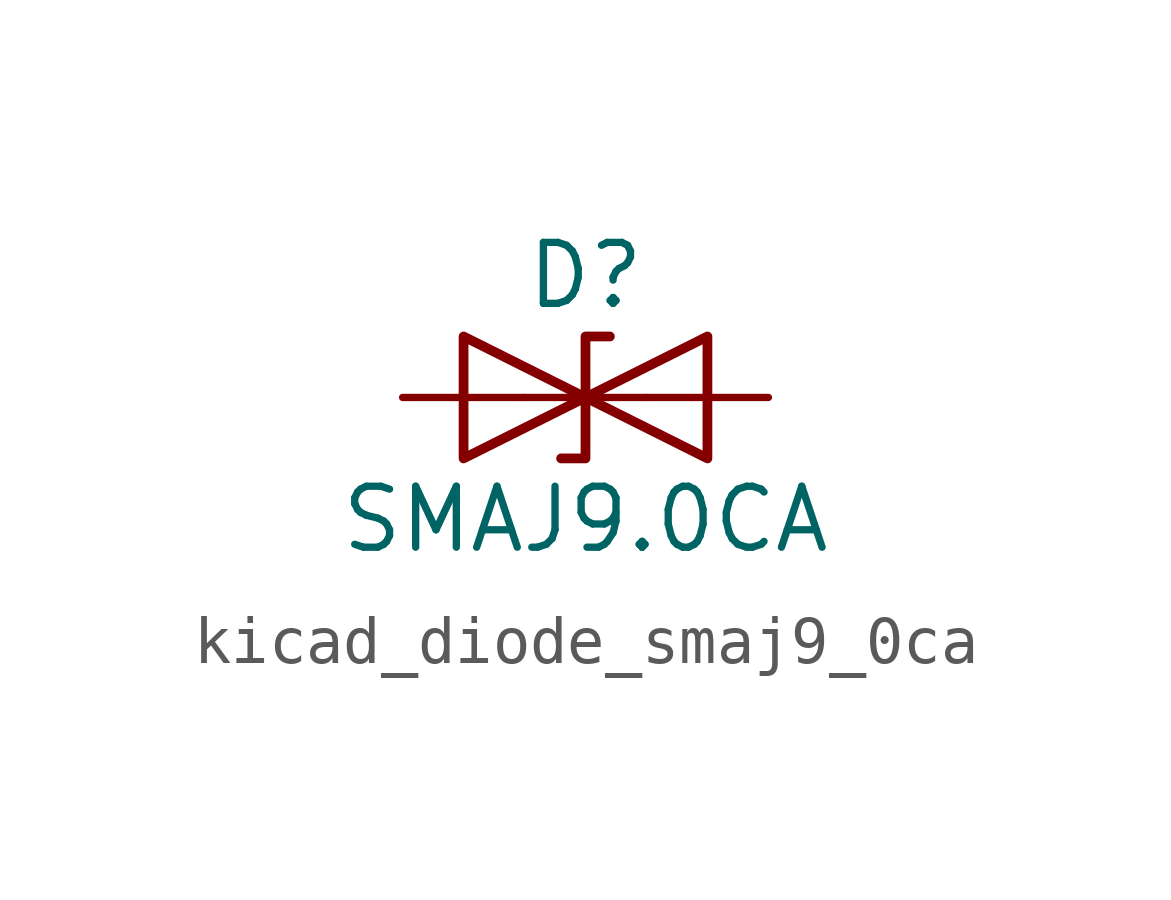
<source format=kicad_sym>
(kicad_symbol_lib
  (version 20220914)
  (generator kicad_symbol_editor)
  (symbol "kicad_diode_smaj9_0ca"
    (pin_numbers hide)
    (pin_names
      (offset 1.016) hide)
    (property "Reference" "D"
      (at 0 2.54 0)
      (effects (font (size 1.27 1.27))))
    (property "Value" "SMAJ9.0CA"
      (at 0 -2.54 0)
      (effects (font (size 1.27 1.27))))
    (symbol "kicad_diode_smaj9_0ca_0_1"
      (polyline (pts (xy 1.27 0) (xy -1.27 0)) (stroke (width 0) (type default)) (fill (type none)))
      (polyline (pts (xy -2.54 -1.27) (xy 0 0) (xy -2.54 1.27) (xy -2.54 -1.27)) (stroke (width 0.203) (type default)) (fill (type none)))
      (polyline (pts (xy 0.508 1.27) (xy 0 1.27) (xy 0 -1.27) (xy -0.508 -1.27)) (stroke (width 0.203) (type default)) (fill (type none)))
      (polyline (pts (xy 2.54 1.27) (xy 2.54 -1.27) (xy 0 0) (xy 2.54 1.27)) (stroke (width 0.203) (type default)) (fill (type none))))
    (symbol "kicad_diode_smaj9_0ca_1_1"
      (pin passive line (at -3.81 0 0) (length 2.54) (name "A1" (effects (font (size 1.27 1.27)))) (number "1" (effects (font (size 1.27 1.27)))))
      (pin passive line (at 3.81 0 180) (length 2.54) (name "A2" (effects (font (size 1.27 1.27)))) (number "2" (effects (font (size 1.27 1.27))))))))
</source>
